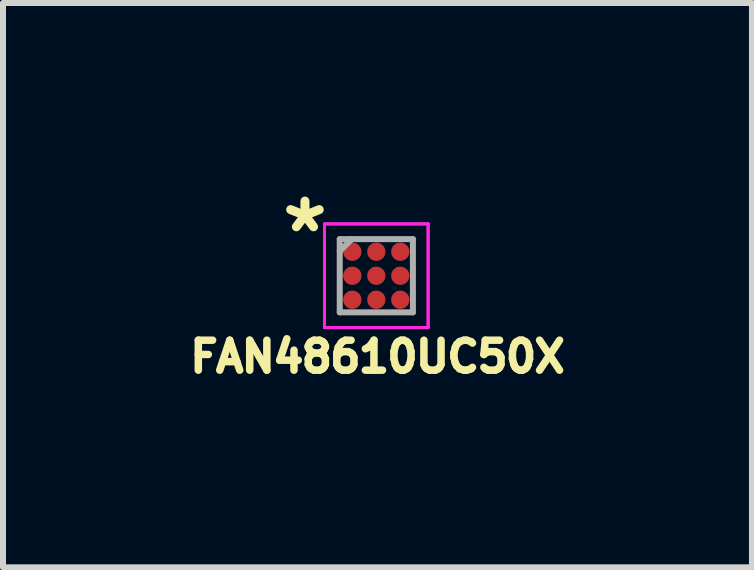
<source format=kicad_pcb>
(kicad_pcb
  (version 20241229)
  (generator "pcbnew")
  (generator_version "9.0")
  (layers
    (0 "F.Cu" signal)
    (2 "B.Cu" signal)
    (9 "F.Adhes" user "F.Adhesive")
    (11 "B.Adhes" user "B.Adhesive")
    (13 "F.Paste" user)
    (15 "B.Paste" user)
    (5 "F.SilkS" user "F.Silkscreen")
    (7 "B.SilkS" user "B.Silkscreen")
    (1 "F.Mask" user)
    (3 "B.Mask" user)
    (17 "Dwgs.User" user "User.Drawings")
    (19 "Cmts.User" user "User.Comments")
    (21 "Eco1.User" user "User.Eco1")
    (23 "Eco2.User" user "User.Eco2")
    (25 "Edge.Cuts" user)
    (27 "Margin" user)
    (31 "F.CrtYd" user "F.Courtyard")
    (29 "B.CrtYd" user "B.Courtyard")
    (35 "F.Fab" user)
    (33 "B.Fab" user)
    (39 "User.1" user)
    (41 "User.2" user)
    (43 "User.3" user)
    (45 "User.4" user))
  (footprint "FAN48610UC50X"
    (layer "F.Cu")
    (at 3.225 1.548)
    (property "Reference" "FAN48610UC50X" (at 0.02 1.35 0) (layer "F.SilkS") (effects (font (size 0.5 0.5) (thickness 0.125))))
    (attr through_hole)
    (fp_line (start -0.864 -0.864) (end 0.864 -0.864) (stroke (width 0.05) (type solid)) (layer "F.CrtYd"))
    (fp_line (start -0.864 -0.864) (end 0.864 -0.864) (stroke (width 0.05) (type solid)) (layer "F.CrtYd"))
    (fp_line (start -0.864 0.864) (end -0.864 -0.864) (stroke (width 0.05) (type solid)) (layer "F.CrtYd"))
    (fp_line (start -0.864 0.864) (end -0.864 -0.864) (stroke (width 0.05) (type solid)) (layer "F.CrtYd"))
    (fp_line (start 0.864 -0.864) (end 0.864 0.864) (stroke (width 0.05) (type solid)) (layer "F.CrtYd"))
    (fp_line (start 0.864 -0.864) (end 0.864 0.864) (stroke (width 0.05) (type solid)) (layer "F.CrtYd"))
    (fp_line (start 0.864 0.864) (end -0.864 0.864) (stroke (width 0.05) (type solid)) (layer "F.CrtYd"))
    (fp_line (start 0.864 0.864) (end -0.864 0.864) (stroke (width 0.05) (type solid)) (layer "F.CrtYd"))
    (fp_line (start -0.61 -0.61) (end -0.61 0.61) (stroke (width 0.1) (type solid)) (layer "F.Fab"))
    (fp_line (start -0.61 0.61) (end 0.61 0.61) (stroke (width 0.1) (type solid)) (layer "F.Fab"))
    (fp_line (start -0.41 -0.61) (end -0.61 -0.41) (stroke (width 0.1) (type solid)) (layer "F.Fab"))
    (fp_line (start 0.61 -0.61) (end -0.61 -0.61) (stroke (width 0.1) (type solid)) (layer "F.Fab"))
    (fp_line (start 0.61 0.61) (end 0.61 -0.61) (stroke (width 0.1) (type solid)) (layer "F.Fab"))
    (fp_text user "*" (at -1.19 -0.7 0) (layer "F.SilkS") (effects (font (size 1 1) (thickness 0.15))))
    (pad "A1" smd circle (at -0.4 -0.4) (size 0.305 0.305) (layers "F.Cu" "F.Mask" "F.Paste"))
    (pad "A2" smd circle (at 0 -0.4) (size 0.305 0.305) (layers "F.Cu" "F.Mask" "F.Paste"))
    (pad "A3" smd circle (at 0.4 -0.4) (size 0.305 0.305) (layers "F.Cu" "F.Mask" "F.Paste"))
    (pad "B1" smd circle (at -0.4 0) (size 0.305 0.305) (layers "F.Cu" "F.Mask" "F.Paste"))
    (pad "B2" smd circle (at 0 0) (size 0.305 0.305) (layers "F.Cu" "F.Mask" "F.Paste"))
    (pad "B3" smd circle (at 0.4 0) (size 0.305 0.305) (layers "F.Cu" "F.Mask" "F.Paste"))
    (pad "C1" smd circle (at -0.4 0.4) (size 0.305 0.305) (layers "F.Cu" "F.Mask" "F.Paste"))
    (pad "C2" smd circle (at 0 0.4) (size 0.305 0.305) (layers "F.Cu" "F.Mask" "F.Paste"))
    (pad "C3" smd circle (at 0.4 0.4) (size 0.305 0.305) (layers "F.Cu" "F.Mask" "F.Paste")))
  (gr_rect
    (start -3 -3)
    (end 9.489 6.41)
    (stroke (width 0.1) (type default))
    (fill no)
    (layer "Edge.Cuts")))
</source>
